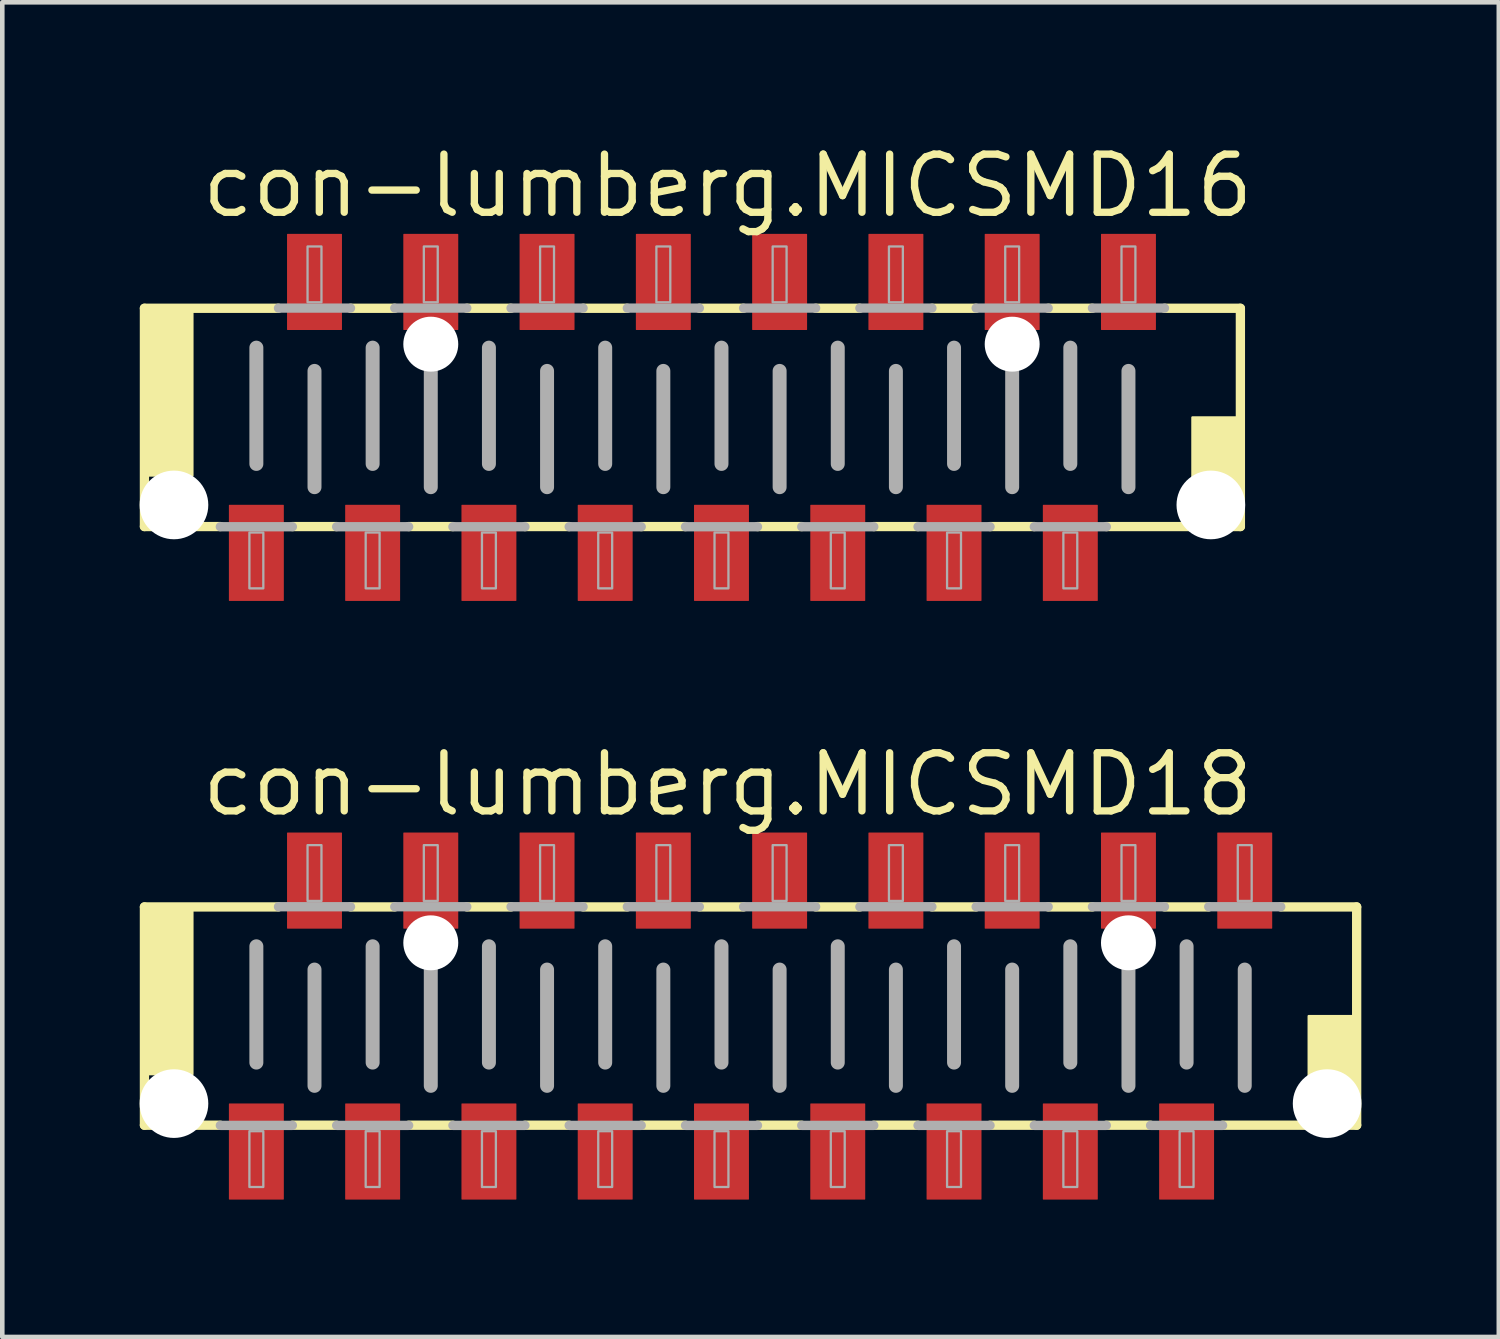
<source format=kicad_pcb>
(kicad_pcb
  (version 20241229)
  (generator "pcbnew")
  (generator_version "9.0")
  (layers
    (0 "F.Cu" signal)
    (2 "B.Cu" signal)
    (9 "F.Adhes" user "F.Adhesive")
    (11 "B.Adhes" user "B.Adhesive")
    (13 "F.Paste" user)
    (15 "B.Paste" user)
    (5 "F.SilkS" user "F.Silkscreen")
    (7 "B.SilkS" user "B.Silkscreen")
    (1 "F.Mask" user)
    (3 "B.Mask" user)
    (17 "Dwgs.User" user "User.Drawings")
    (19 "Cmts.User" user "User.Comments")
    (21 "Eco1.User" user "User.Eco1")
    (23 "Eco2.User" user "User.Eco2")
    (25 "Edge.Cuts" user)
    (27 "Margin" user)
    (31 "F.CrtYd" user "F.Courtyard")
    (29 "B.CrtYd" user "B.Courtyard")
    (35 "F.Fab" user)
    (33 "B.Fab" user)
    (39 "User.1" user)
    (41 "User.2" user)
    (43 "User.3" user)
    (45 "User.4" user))
  (footprint "con-lumberg.MICSMD18"
    (layer "F.Cu")
    (at 13.345 19.145)
    (property "Reference" "con-lumberg.MICSMD18" (at -12.065 -4.318 0) (layer "F.SilkS") (effects (font (size 1.27 1.27) (thickness 0.16)) (justify left bottom)))
    (attr smd)
    (fp_line (start -13.24 -2.384) (end -10.312 -2.384) (stroke (width 0.203) (type default)) (layer "F.SilkS"))
    (fp_line (start -13.24 2.384) (end -13.24 -2.384) (stroke (width 0.203) (type default)) (layer "F.SilkS"))
    (fp_line (start -11.582 2.384) (end -13.24 2.384) (stroke (width 0.203) (type default)) (layer "F.SilkS"))
    (fp_line (start -9.042 2.384) (end -10.008 2.384) (stroke (width 0.203) (type default)) (layer "F.SilkS"))
    (fp_line (start -8.738 -2.384) (end -7.772 -2.384) (stroke (width 0.203) (type default)) (layer "F.SilkS"))
    (fp_line (start -6.502 2.384) (end -7.468 2.384) (stroke (width 0.203) (type default)) (layer "F.SilkS"))
    (fp_line (start -6.198 -2.384) (end -5.232 -2.384) (stroke (width 0.203) (type default)) (layer "F.SilkS"))
    (fp_line (start -3.962 2.384) (end -4.928 2.384) (stroke (width 0.203) (type default)) (layer "F.SilkS"))
    (fp_line (start -3.658 -2.384) (end -2.692 -2.384) (stroke (width 0.203) (type default)) (layer "F.SilkS"))
    (fp_line (start -1.422 2.384) (end -2.388 2.384) (stroke (width 0.203) (type default)) (layer "F.SilkS"))
    (fp_line (start -1.118 -2.384) (end -0.152 -2.384) (stroke (width 0.203) (type default)) (layer "F.SilkS"))
    (fp_line (start 1.118 2.384) (end 0.152 2.384) (stroke (width 0.203) (type default)) (layer "F.SilkS"))
    (fp_line (start 1.422 -2.384) (end 2.388 -2.384) (stroke (width 0.203) (type default)) (layer "F.SilkS"))
    (fp_line (start 3.658 2.384) (end 2.692 2.384) (stroke (width 0.203) (type default)) (layer "F.SilkS"))
    (fp_line (start 3.962 -2.384) (end 4.928 -2.384) (stroke (width 0.203) (type default)) (layer "F.SilkS"))
    (fp_line (start 6.198 2.384) (end 5.232 2.384) (stroke (width 0.203) (type default)) (layer "F.SilkS"))
    (fp_line (start 6.502 -2.384) (end 7.468 -2.384) (stroke (width 0.203) (type default)) (layer "F.SilkS"))
    (fp_line (start 8.738 2.384) (end 7.772 2.384) (stroke (width 0.203) (type default)) (layer "F.SilkS"))
    (fp_line (start 9.042 -2.384) (end 10.008 -2.384) (stroke (width 0.203) (type default)) (layer "F.SilkS"))
    (fp_line (start 11.582 -2.384) (end 13.24 -2.384) (stroke (width 0.203) (type default)) (layer "F.SilkS"))
    (fp_line (start 13.24 -2.384) (end 13.24 2.384) (stroke (width 0.203) (type default)) (layer "F.SilkS"))
    (fp_line (start 13.24 2.384) (end 10.312 2.384) (stroke (width 0.203) (type default)) (layer "F.SilkS"))
    (fp_rect (start -13.208 1.27) (end -12.192 -2.286) (stroke (width 0.05) (type default)) (fill yes) (layer "F.SilkS"))
    (fp_rect (start 12.192 2.286) (end 13.208 0) (stroke (width 0.05) (type default)) (fill yes) (layer "F.SilkS"))
    (fp_line (start -10.795 -1.524) (end -10.795 1.016) (stroke (width 0.305) (type default)) (layer "F.Fab"))
    (fp_line (start -10.312 -2.388) (end -8.738 -2.388) (stroke (width 0.203) (type default)) (layer "F.Fab"))
    (fp_line (start -10.008 2.388) (end -11.582 2.388) (stroke (width 0.203) (type default)) (layer "F.Fab"))
    (fp_line (start -9.525 -1.016) (end -9.525 1.524) (stroke (width 0.305) (type default)) (layer "F.Fab"))
    (fp_line (start -8.255 -1.524) (end -8.255 1.016) (stroke (width 0.305) (type default)) (layer "F.Fab"))
    (fp_line (start -7.772 -2.388) (end -6.198 -2.388) (stroke (width 0.203) (type default)) (layer "F.Fab"))
    (fp_line (start -7.468 2.388) (end -9.042 2.388) (stroke (width 0.203) (type default)) (layer "F.Fab"))
    (fp_line (start -6.985 -1.016) (end -6.985 1.524) (stroke (width 0.305) (type default)) (layer "F.Fab"))
    (fp_line (start -5.715 -1.524) (end -5.715 1.016) (stroke (width 0.305) (type default)) (layer "F.Fab"))
    (fp_line (start -5.232 -2.388) (end -3.658 -2.388) (stroke (width 0.203) (type default)) (layer "F.Fab"))
    (fp_line (start -4.928 2.388) (end -6.502 2.388) (stroke (width 0.203) (type default)) (layer "F.Fab"))
    (fp_line (start -4.445 -1.016) (end -4.445 1.524) (stroke (width 0.305) (type default)) (layer "F.Fab"))
    (fp_line (start -3.175 -1.524) (end -3.175 1.016) (stroke (width 0.305) (type default)) (layer "F.Fab"))
    (fp_line (start -2.692 -2.388) (end -1.118 -2.388) (stroke (width 0.203) (type default)) (layer "F.Fab"))
    (fp_line (start -2.388 2.388) (end -3.962 2.388) (stroke (width 0.203) (type default)) (layer "F.Fab"))
    (fp_line (start -1.905 -1.016) (end -1.905 1.524) (stroke (width 0.305) (type default)) (layer "F.Fab"))
    (fp_line (start -0.635 -1.524) (end -0.635 1.016) (stroke (width 0.305) (type default)) (layer "F.Fab"))
    (fp_line (start -0.152 -2.388) (end 1.422 -2.388) (stroke (width 0.203) (type default)) (layer "F.Fab"))
    (fp_line (start 0.152 2.388) (end -1.422 2.388) (stroke (width 0.203) (type default)) (layer "F.Fab"))
    (fp_line (start 0.635 -1.016) (end 0.635 1.524) (stroke (width 0.305) (type default)) (layer "F.Fab"))
    (fp_line (start 1.905 -1.524) (end 1.905 1.016) (stroke (width 0.305) (type default)) (layer "F.Fab"))
    (fp_line (start 2.388 -2.388) (end 3.962 -2.388) (stroke (width 0.203) (type default)) (layer "F.Fab"))
    (fp_line (start 2.692 2.388) (end 1.118 2.388) (stroke (width 0.203) (type default)) (layer "F.Fab"))
    (fp_line (start 3.175 -1.016) (end 3.175 1.524) (stroke (width 0.305) (type default)) (layer "F.Fab"))
    (fp_line (start 4.445 -1.524) (end 4.445 1.016) (stroke (width 0.305) (type default)) (layer "F.Fab"))
    (fp_line (start 4.928 -2.388) (end 6.502 -2.388) (stroke (width 0.203) (type default)) (layer "F.Fab"))
    (fp_line (start 5.232 2.388) (end 3.658 2.388) (stroke (width 0.203) (type default)) (layer "F.Fab"))
    (fp_line (start 5.715 -1.016) (end 5.715 1.524) (stroke (width 0.305) (type default)) (layer "F.Fab"))
    (fp_line (start 6.985 -1.524) (end 6.985 1.016) (stroke (width 0.305) (type default)) (layer "F.Fab"))
    (fp_line (start 7.468 -2.388) (end 9.042 -2.388) (stroke (width 0.203) (type default)) (layer "F.Fab"))
    (fp_line (start 7.772 2.388) (end 6.198 2.388) (stroke (width 0.203) (type default)) (layer "F.Fab"))
    (fp_line (start 8.255 -1.016) (end 8.255 1.524) (stroke (width 0.305) (type default)) (layer "F.Fab"))
    (fp_line (start 9.525 -1.524) (end 9.525 1.016) (stroke (width 0.305) (type default)) (layer "F.Fab"))
    (fp_line (start 10.008 -2.388) (end 11.582 -2.388) (stroke (width 0.203) (type default)) (layer "F.Fab"))
    (fp_line (start 10.312 2.388) (end 8.738 2.388) (stroke (width 0.203) (type default)) (layer "F.Fab"))
    (fp_line (start 10.795 -1.016) (end 10.795 1.524) (stroke (width 0.305) (type default)) (layer "F.Fab"))
    (fp_rect (start -10.947 3.734) (end -10.643 2.515) (stroke (width 0.05) (type default)) (fill no) (layer "F.Fab"))
    (fp_rect (start -9.677 -2.515) (end -9.373 -3.734) (stroke (width 0.05) (type default)) (fill no) (layer "F.Fab"))
    (fp_rect (start -8.407 3.734) (end -8.103 2.515) (stroke (width 0.05) (type default)) (fill no) (layer "F.Fab"))
    (fp_rect (start -7.137 -2.515) (end -6.833 -3.734) (stroke (width 0.05) (type default)) (fill no) (layer "F.Fab"))
    (fp_rect (start -5.867 3.734) (end -5.563 2.515) (stroke (width 0.05) (type default)) (fill no) (layer "F.Fab"))
    (fp_rect (start -4.597 -2.515) (end -4.293 -3.734) (stroke (width 0.05) (type default)) (fill no) (layer "F.Fab"))
    (fp_rect (start -3.327 3.734) (end -3.023 2.515) (stroke (width 0.05) (type default)) (fill no) (layer "F.Fab"))
    (fp_rect (start -2.057 -2.515) (end -1.753 -3.734) (stroke (width 0.05) (type default)) (fill no) (layer "F.Fab"))
    (fp_rect (start -0.787 3.734) (end -0.483 2.515) (stroke (width 0.05) (type default)) (fill no) (layer "F.Fab"))
    (fp_rect (start 0.483 -2.515) (end 0.787 -3.734) (stroke (width 0.05) (type default)) (fill no) (layer "F.Fab"))
    (fp_rect (start 1.753 3.734) (end 2.057 2.515) (stroke (width 0.05) (type default)) (fill no) (layer "F.Fab"))
    (fp_rect (start 3.023 -2.515) (end 3.327 -3.734) (stroke (width 0.05) (type default)) (fill no) (layer "F.Fab"))
    (fp_rect (start 4.293 3.734) (end 4.597 2.515) (stroke (width 0.05) (type default)) (fill no) (layer "F.Fab"))
    (fp_rect (start 5.563 -2.515) (end 5.867 -3.734) (stroke (width 0.05) (type default)) (fill no) (layer "F.Fab"))
    (fp_rect (start 6.833 3.734) (end 7.137 2.515) (stroke (width 0.05) (type default)) (fill no) (layer "F.Fab"))
    (fp_rect (start 8.103 -2.515) (end 8.407 -3.734) (stroke (width 0.05) (type default)) (fill no) (layer "F.Fab"))
    (fp_rect (start 9.373 3.734) (end 9.677 2.515) (stroke (width 0.05) (type default)) (fill no) (layer "F.Fab"))
    (fp_rect (start 10.643 -2.515) (end 10.947 -3.734) (stroke (width 0.05) (type default)) (fill no) (layer "F.Fab"))
    (pad "" np_thru_hole circle (at -12.595 1.912) (size 1.5 1.5) (drill 1.5) (layers "*.Cu" "*.Mask"))
    (pad "" np_thru_hole circle (at -6.985 -1.6) (size 1.2 1.2) (drill 1.2) (layers "*.Cu" "*.Mask"))
    (pad "" np_thru_hole circle (at 8.255 -1.6) (size 1.2 1.2) (drill 1.2) (layers "*.Cu" "*.Mask"))
    (pad "" np_thru_hole circle (at 12.595 1.912) (size 1.5 1.5) (drill 1.5) (layers "*.Cu" "*.Mask"))
    (pad "1" smd roundrect (at -10.795 2.959) (size 1.2 2.1) (layers "F.Cu" "F.Mask" "F.Paste") (roundrect_rratio 0.01))
    (pad "2" smd roundrect (at -9.525 -2.959) (size 1.2 2.1) (layers "F.Cu" "F.Mask" "F.Paste") (roundrect_rratio 0.01))
    (pad "3" smd roundrect (at -8.255 2.959) (size 1.2 2.1) (layers "F.Cu" "F.Mask" "F.Paste") (roundrect_rratio 0.01))
    (pad "4" smd roundrect (at -6.985 -2.959) (size 1.2 2.1) (layers "F.Cu" "F.Mask" "F.Paste") (roundrect_rratio 0.01))
    (pad "5" smd roundrect (at -5.715 2.959) (size 1.2 2.1) (layers "F.Cu" "F.Mask" "F.Paste") (roundrect_rratio 0.01))
    (pad "6" smd roundrect (at -4.445 -2.959) (size 1.2 2.1) (layers "F.Cu" "F.Mask" "F.Paste") (roundrect_rratio 0.01))
    (pad "7" smd roundrect (at -3.175 2.959) (size 1.2 2.1) (layers "F.Cu" "F.Mask" "F.Paste") (roundrect_rratio 0.01))
    (pad "8" smd roundrect (at -1.905 -2.959) (size 1.2 2.1) (layers "F.Cu" "F.Mask" "F.Paste") (roundrect_rratio 0.01))
    (pad "9" smd roundrect (at -0.635 2.959) (size 1.2 2.1) (layers "F.Cu" "F.Mask" "F.Paste") (roundrect_rratio 0.01))
    (pad "10" smd roundrect (at 0.635 -2.959) (size 1.2 2.1) (layers "F.Cu" "F.Mask" "F.Paste") (roundrect_rratio 0.01))
    (pad "11" smd roundrect (at 1.905 2.959) (size 1.2 2.1) (layers "F.Cu" "F.Mask" "F.Paste") (roundrect_rratio 0.01))
    (pad "12" smd roundrect (at 3.175 -2.959) (size 1.2 2.1) (layers "F.Cu" "F.Mask" "F.Paste") (roundrect_rratio 0.01))
    (pad "13" smd roundrect (at 4.445 2.959) (size 1.2 2.1) (layers "F.Cu" "F.Mask" "F.Paste") (roundrect_rratio 0.01))
    (pad "14" smd roundrect (at 5.715 -2.959) (size 1.2 2.1) (layers "F.Cu" "F.Mask" "F.Paste") (roundrect_rratio 0.01))
    (pad "15" smd roundrect (at 6.985 2.959) (size 1.2 2.1) (layers "F.Cu" "F.Mask" "F.Paste") (roundrect_rratio 0.01))
    (pad "16" smd roundrect (at 8.255 -2.959) (size 1.2 2.1) (layers "F.Cu" "F.Mask" "F.Paste") (roundrect_rratio 0.01))
    (pad "17" smd roundrect (at 9.525 2.959) (size 1.2 2.1) (layers "F.Cu" "F.Mask" "F.Paste") (roundrect_rratio 0.01))
    (pad "18" smd roundrect (at 10.795 -2.959) (size 1.2 2.1) (layers "F.Cu" "F.Mask" "F.Paste") (roundrect_rratio 0.01)))
  (footprint "con-lumberg.MICSMD16"
    (layer "F.Cu")
    (at 12.075 6.068)
    (property "Reference" "con-lumberg.MICSMD16" (at -10.795 -4.318 0) (layer "F.SilkS") (effects (font (size 1.27 1.27) (thickness 0.16)) (justify left bottom)))
    (attr smd)
    (fp_line (start -11.97 -2.384) (end -9.042 -2.384) (stroke (width 0.203) (type default)) (layer "F.SilkS"))
    (fp_line (start -11.97 2.384) (end -11.97 -2.384) (stroke (width 0.203) (type default)) (layer "F.SilkS"))
    (fp_line (start -10.312 2.384) (end -11.97 2.384) (stroke (width 0.203) (type default)) (layer "F.SilkS"))
    (fp_line (start -7.772 2.384) (end -8.738 2.384) (stroke (width 0.203) (type default)) (layer "F.SilkS"))
    (fp_line (start -7.468 -2.384) (end -6.502 -2.384) (stroke (width 0.203) (type default)) (layer "F.SilkS"))
    (fp_line (start -5.232 2.384) (end -6.198 2.384) (stroke (width 0.203) (type default)) (layer "F.SilkS"))
    (fp_line (start -4.928 -2.384) (end -3.962 -2.384) (stroke (width 0.203) (type default)) (layer "F.SilkS"))
    (fp_line (start -2.692 2.384) (end -3.658 2.384) (stroke (width 0.203) (type default)) (layer "F.SilkS"))
    (fp_line (start -2.388 -2.384) (end -1.422 -2.384) (stroke (width 0.203) (type default)) (layer "F.SilkS"))
    (fp_line (start -0.152 2.384) (end -1.118 2.384) (stroke (width 0.203) (type default)) (layer "F.SilkS"))
    (fp_line (start 0.152 -2.384) (end 1.118 -2.384) (stroke (width 0.203) (type default)) (layer "F.SilkS"))
    (fp_line (start 2.388 2.384) (end 1.422 2.384) (stroke (width 0.203) (type default)) (layer "F.SilkS"))
    (fp_line (start 2.692 -2.384) (end 3.658 -2.384) (stroke (width 0.203) (type default)) (layer "F.SilkS"))
    (fp_line (start 4.928 2.384) (end 3.962 2.384) (stroke (width 0.203) (type default)) (layer "F.SilkS"))
    (fp_line (start 5.232 -2.384) (end 6.198 -2.384) (stroke (width 0.203) (type default)) (layer "F.SilkS"))
    (fp_line (start 7.468 2.384) (end 6.502 2.384) (stroke (width 0.203) (type default)) (layer "F.SilkS"))
    (fp_line (start 7.772 -2.384) (end 8.738 -2.384) (stroke (width 0.203) (type default)) (layer "F.SilkS"))
    (fp_line (start 10.312 -2.384) (end 11.97 -2.384) (stroke (width 0.203) (type default)) (layer "F.SilkS"))
    (fp_line (start 11.97 -2.384) (end 11.97 2.384) (stroke (width 0.203) (type default)) (layer "F.SilkS"))
    (fp_line (start 11.97 2.384) (end 9.042 2.384) (stroke (width 0.203) (type default)) (layer "F.SilkS"))
    (fp_rect (start -11.938 1.27) (end -10.922 -2.286) (stroke (width 0.05) (type default)) (fill yes) (layer "F.SilkS"))
    (fp_rect (start 10.922 2.286) (end 11.938 0) (stroke (width 0.05) (type default)) (fill yes) (layer "F.SilkS"))
    (fp_line (start -9.525 -1.524) (end -9.525 1.016) (stroke (width 0.305) (type default)) (layer "F.Fab"))
    (fp_line (start -9.042 -2.388) (end -7.468 -2.388) (stroke (width 0.203) (type default)) (layer "F.Fab"))
    (fp_line (start -8.738 2.388) (end -10.312 2.388) (stroke (width 0.203) (type default)) (layer "F.Fab"))
    (fp_line (start -8.255 -1.016) (end -8.255 1.524) (stroke (width 0.305) (type default)) (layer "F.Fab"))
    (fp_line (start -6.985 -1.524) (end -6.985 1.016) (stroke (width 0.305) (type default)) (layer "F.Fab"))
    (fp_line (start -6.502 -2.388) (end -4.928 -2.388) (stroke (width 0.203) (type default)) (layer "F.Fab"))
    (fp_line (start -6.198 2.388) (end -7.772 2.388) (stroke (width 0.203) (type default)) (layer "F.Fab"))
    (fp_line (start -5.715 -1.016) (end -5.715 1.524) (stroke (width 0.305) (type default)) (layer "F.Fab"))
    (fp_line (start -4.445 -1.524) (end -4.445 1.016) (stroke (width 0.305) (type default)) (layer "F.Fab"))
    (fp_line (start -3.962 -2.388) (end -2.388 -2.388) (stroke (width 0.203) (type default)) (layer "F.Fab"))
    (fp_line (start -3.658 2.388) (end -5.232 2.388) (stroke (width 0.203) (type default)) (layer "F.Fab"))
    (fp_line (start -3.175 -1.016) (end -3.175 1.524) (stroke (width 0.305) (type default)) (layer "F.Fab"))
    (fp_line (start -1.905 -1.524) (end -1.905 1.016) (stroke (width 0.305) (type default)) (layer "F.Fab"))
    (fp_line (start -1.422 -2.388) (end 0.152 -2.388) (stroke (width 0.203) (type default)) (layer "F.Fab"))
    (fp_line (start -1.118 2.388) (end -2.692 2.388) (stroke (width 0.203) (type default)) (layer "F.Fab"))
    (fp_line (start -0.635 -1.016) (end -0.635 1.524) (stroke (width 0.305) (type default)) (layer "F.Fab"))
    (fp_line (start 0.635 -1.524) (end 0.635 1.016) (stroke (width 0.305) (type default)) (layer "F.Fab"))
    (fp_line (start 1.118 -2.388) (end 2.692 -2.388) (stroke (width 0.203) (type default)) (layer "F.Fab"))
    (fp_line (start 1.422 2.388) (end -0.152 2.388) (stroke (width 0.203) (type default)) (layer "F.Fab"))
    (fp_line (start 1.905 -1.016) (end 1.905 1.524) (stroke (width 0.305) (type default)) (layer "F.Fab"))
    (fp_line (start 3.175 -1.524) (end 3.175 1.016) (stroke (width 0.305) (type default)) (layer "F.Fab"))
    (fp_line (start 3.658 -2.388) (end 5.232 -2.388) (stroke (width 0.203) (type default)) (layer "F.Fab"))
    (fp_line (start 3.962 2.388) (end 2.388 2.388) (stroke (width 0.203) (type default)) (layer "F.Fab"))
    (fp_line (start 4.445 -1.016) (end 4.445 1.524) (stroke (width 0.305) (type default)) (layer "F.Fab"))
    (fp_line (start 5.715 -1.524) (end 5.715 1.016) (stroke (width 0.305) (type default)) (layer "F.Fab"))
    (fp_line (start 6.198 -2.388) (end 7.772 -2.388) (stroke (width 0.203) (type default)) (layer "F.Fab"))
    (fp_line (start 6.502 2.388) (end 4.928 2.388) (stroke (width 0.203) (type default)) (layer "F.Fab"))
    (fp_line (start 6.985 -1.016) (end 6.985 1.524) (stroke (width 0.305) (type default)) (layer "F.Fab"))
    (fp_line (start 8.255 -1.524) (end 8.255 1.016) (stroke (width 0.305) (type default)) (layer "F.Fab"))
    (fp_line (start 8.738 -2.388) (end 10.312 -2.388) (stroke (width 0.203) (type default)) (layer "F.Fab"))
    (fp_line (start 9.042 2.388) (end 7.468 2.388) (stroke (width 0.203) (type default)) (layer "F.Fab"))
    (fp_line (start 9.525 -1.016) (end 9.525 1.524) (stroke (width 0.305) (type default)) (layer "F.Fab"))
    (fp_rect (start -9.677 3.734) (end -9.373 2.515) (stroke (width 0.05) (type default)) (fill no) (layer "F.Fab"))
    (fp_rect (start -8.407 -2.515) (end -8.103 -3.734) (stroke (width 0.05) (type default)) (fill no) (layer "F.Fab"))
    (fp_rect (start -7.137 3.734) (end -6.833 2.515) (stroke (width 0.05) (type default)) (fill no) (layer "F.Fab"))
    (fp_rect (start -5.867 -2.515) (end -5.563 -3.734) (stroke (width 0.05) (type default)) (fill no) (layer "F.Fab"))
    (fp_rect (start -4.597 3.734) (end -4.293 2.515) (stroke (width 0.05) (type default)) (fill no) (layer "F.Fab"))
    (fp_rect (start -3.327 -2.515) (end -3.023 -3.734) (stroke (width 0.05) (type default)) (fill no) (layer "F.Fab"))
    (fp_rect (start -2.057 3.734) (end -1.753 2.515) (stroke (width 0.05) (type default)) (fill no) (layer "F.Fab"))
    (fp_rect (start -0.787 -2.515) (end -0.483 -3.734) (stroke (width 0.05) (type default)) (fill no) (layer "F.Fab"))
    (fp_rect (start 0.483 3.734) (end 0.787 2.515) (stroke (width 0.05) (type default)) (fill no) (layer "F.Fab"))
    (fp_rect (start 1.753 -2.515) (end 2.057 -3.734) (stroke (width 0.05) (type default)) (fill no) (layer "F.Fab"))
    (fp_rect (start 3.023 3.734) (end 3.327 2.515) (stroke (width 0.05) (type default)) (fill no) (layer "F.Fab"))
    (fp_rect (start 4.293 -2.515) (end 4.597 -3.734) (stroke (width 0.05) (type default)) (fill no) (layer "F.Fab"))
    (fp_rect (start 5.563 3.734) (end 5.867 2.515) (stroke (width 0.05) (type default)) (fill no) (layer "F.Fab"))
    (fp_rect (start 6.833 -2.515) (end 7.137 -3.734) (stroke (width 0.05) (type default)) (fill no) (layer "F.Fab"))
    (fp_rect (start 8.103 3.734) (end 8.407 2.515) (stroke (width 0.05) (type default)) (fill no) (layer "F.Fab"))
    (fp_rect (start 9.373 -2.515) (end 9.677 -3.734) (stroke (width 0.05) (type default)) (fill no) (layer "F.Fab"))
    (pad "" np_thru_hole circle (at -11.325 1.912) (size 1.5 1.5) (drill 1.5) (layers "*.Cu" "*.Mask"))
    (pad "" np_thru_hole circle (at -5.715 -1.6) (size 1.2 1.2) (drill 1.2) (layers "*.Cu" "*.Mask"))
    (pad "" np_thru_hole circle (at 6.985 -1.6) (size 1.2 1.2) (drill 1.2) (layers "*.Cu" "*.Mask"))
    (pad "" np_thru_hole circle (at 11.325 1.912) (size 1.5 1.5) (drill 1.5) (layers "*.Cu" "*.Mask"))
    (pad "1" smd roundrect (at -9.525 2.959) (size 1.2 2.1) (layers "F.Cu" "F.Mask" "F.Paste") (roundrect_rratio 0.01))
    (pad "2" smd roundrect (at -8.255 -2.959) (size 1.2 2.1) (layers "F.Cu" "F.Mask" "F.Paste") (roundrect_rratio 0.01))
    (pad "3" smd roundrect (at -6.985 2.959) (size 1.2 2.1) (layers "F.Cu" "F.Mask" "F.Paste") (roundrect_rratio 0.01))
    (pad "4" smd roundrect (at -5.715 -2.959) (size 1.2 2.1) (layers "F.Cu" "F.Mask" "F.Paste") (roundrect_rratio 0.01))
    (pad "5" smd roundrect (at -4.445 2.959) (size 1.2 2.1) (layers "F.Cu" "F.Mask" "F.Paste") (roundrect_rratio 0.01))
    (pad "6" smd roundrect (at -3.175 -2.959) (size 1.2 2.1) (layers "F.Cu" "F.Mask" "F.Paste") (roundrect_rratio 0.01))
    (pad "7" smd roundrect (at -1.905 2.959) (size 1.2 2.1) (layers "F.Cu" "F.Mask" "F.Paste") (roundrect_rratio 0.01))
    (pad "8" smd roundrect (at -0.635 -2.959) (size 1.2 2.1) (layers "F.Cu" "F.Mask" "F.Paste") (roundrect_rratio 0.01))
    (pad "9" smd roundrect (at 0.635 2.959) (size 1.2 2.1) (layers "F.Cu" "F.Mask" "F.Paste") (roundrect_rratio 0.01))
    (pad "10" smd roundrect (at 1.905 -2.959) (size 1.2 2.1) (layers "F.Cu" "F.Mask" "F.Paste") (roundrect_rratio 0.01))
    (pad "11" smd roundrect (at 3.175 2.959) (size 1.2 2.1) (layers "F.Cu" "F.Mask" "F.Paste") (roundrect_rratio 0.01))
    (pad "12" smd roundrect (at 4.445 -2.959) (size 1.2 2.1) (layers "F.Cu" "F.Mask" "F.Paste") (roundrect_rratio 0.01))
    (pad "13" smd roundrect (at 5.715 2.959) (size 1.2 2.1) (layers "F.Cu" "F.Mask" "F.Paste") (roundrect_rratio 0.01))
    (pad "14" smd roundrect (at 6.985 -2.959) (size 1.2 2.1) (layers "F.Cu" "F.Mask" "F.Paste") (roundrect_rratio 0.01))
    (pad "15" smd roundrect (at 8.255 2.959) (size 1.2 2.1) (layers "F.Cu" "F.Mask" "F.Paste") (roundrect_rratio 0.01))
    (pad "16" smd roundrect (at 9.525 -2.959) (size 1.2 2.1) (layers "F.Cu" "F.Mask" "F.Paste") (roundrect_rratio 0.01)))
  (gr_rect
    (start -3 -3)
    (end 29.69 26.154)
    (stroke (width 0.1) (type default))
    (fill no)
    (layer "Edge.Cuts")))
</source>
